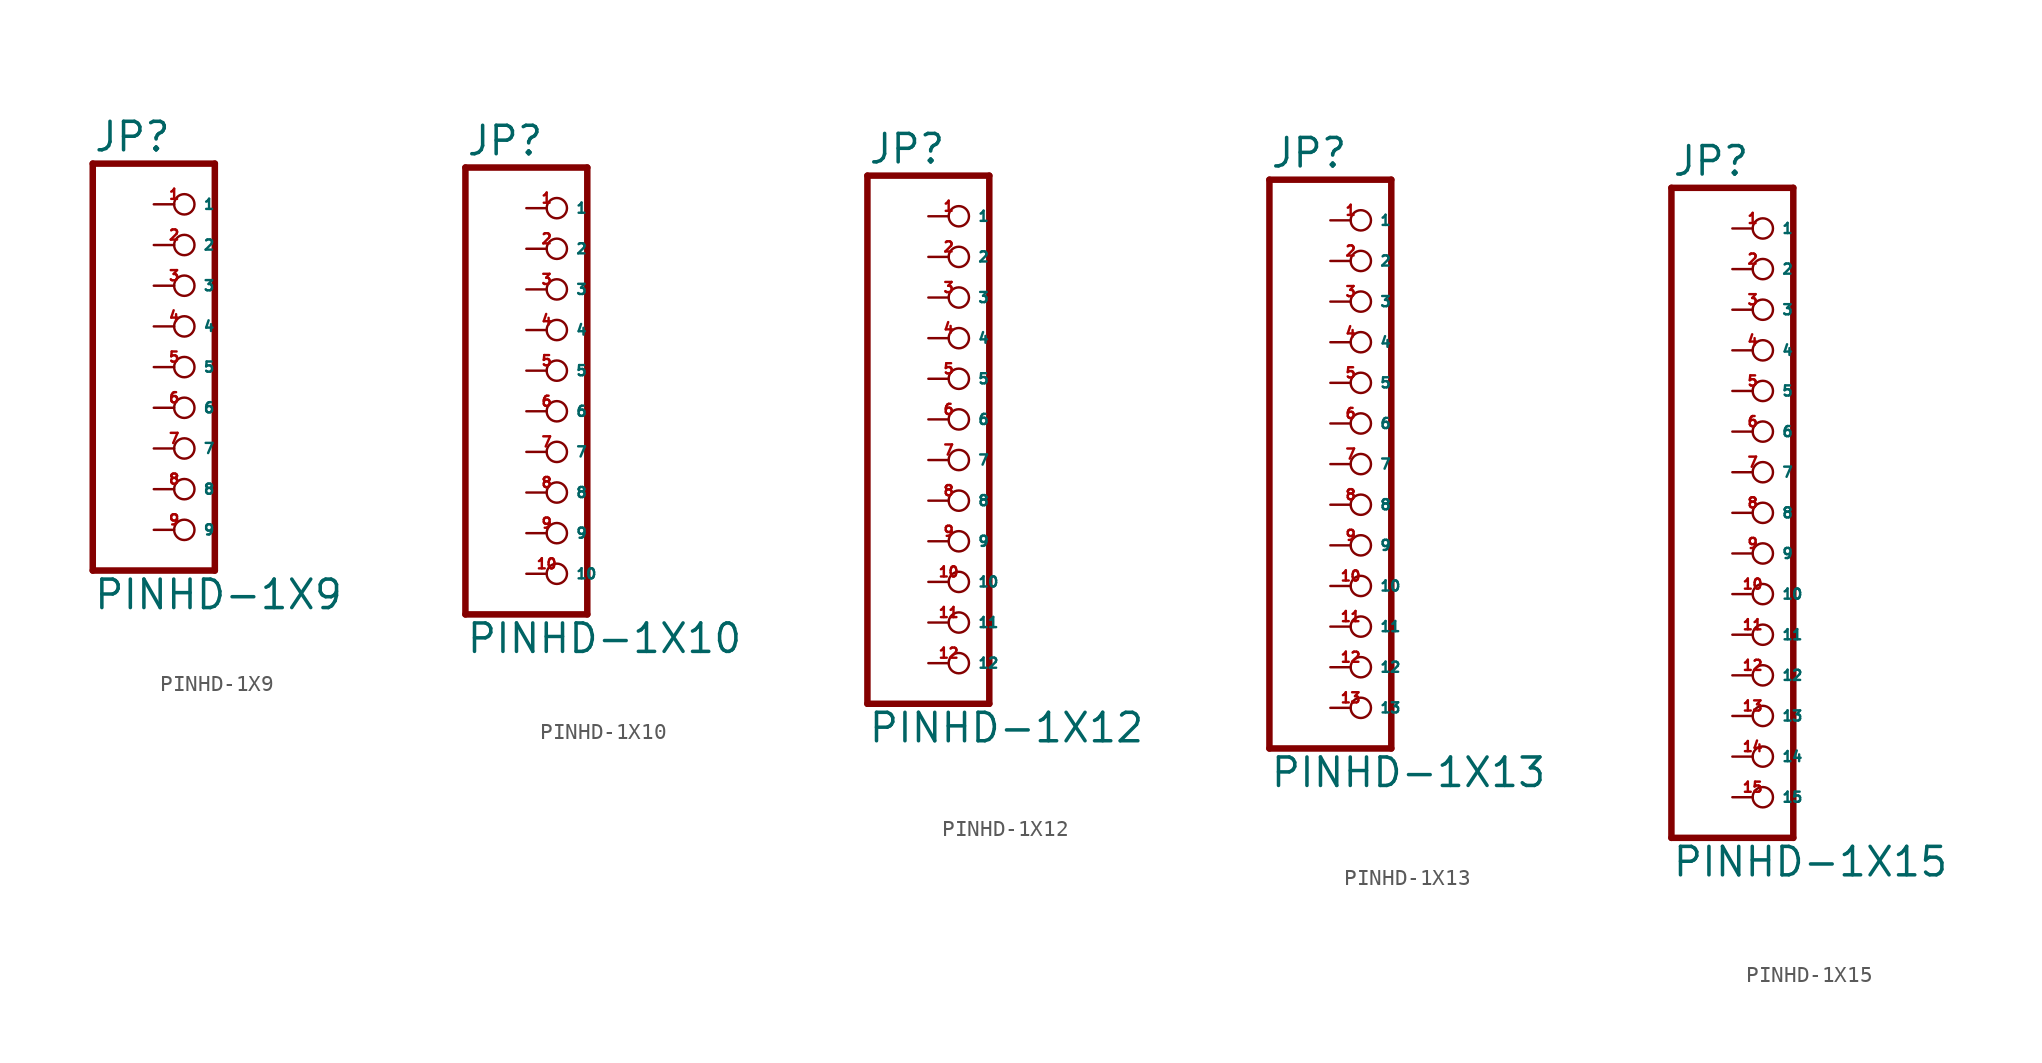
<source format=kicad_sym>
(kicad_symbol_lib
  (version 20220914)
  (generator Eagle2Kicad)
  (symbol "PINHD-1X9"
    (property "Reference" "JP"
      (at -6.35 13.335 0)
      (effects (font (size 1.778 1.778) (thickness 0.22)) (justify left bottom)))
    (property "Value" "PINHD-1X9"
      (at -6.35 -15.24 0)
      (effects (font (size 1.778 1.778) (thickness 0.22)) (justify left bottom)))
    (polyline
      (pts (xy -6.35 -12.7) (xy 1.27 -12.7))
      (stroke (width 0.406) (type default))
      (fill (type none)))
    (polyline
      (pts (xy 1.27 -12.7) (xy 1.27 12.7))
      (stroke (width 0.406) (type default))
      (fill (type none)))
    (polyline
      (pts (xy 1.27 12.7) (xy -6.35 12.7))
      (stroke (width 0.406) (type default))
      (fill (type none)))
    (polyline
      (pts (xy -6.35 12.7) (xy -6.35 -12.7))
      (stroke (width 0.406) (type default))
      (fill (type none)))
    (pin passive inverted
      (at -2.54 10.16 0)
      (length 2.54)
      (name "1" (effects (font (size 0.635 0.635) (thickness 0.08)) (justify left bottom)))
      (number "1" (effects (font (size 0.635 0.635) (thickness 0.08)) (justify left bottom))))
    (pin passive inverted
      (at -2.54 7.62 0)
      (length 2.54)
      (name "2" (effects (font (size 0.635 0.635) (thickness 0.08)) (justify left bottom)))
      (number "2" (effects (font (size 0.635 0.635) (thickness 0.08)) (justify left bottom))))
    (pin passive inverted
      (at -2.54 5.08 0)
      (length 2.54)
      (name "3" (effects (font (size 0.635 0.635) (thickness 0.08)) (justify left bottom)))
      (number "3" (effects (font (size 0.635 0.635) (thickness 0.08)) (justify left bottom))))
    (pin passive inverted
      (at -2.54 2.54 0)
      (length 2.54)
      (name "4" (effects (font (size 0.635 0.635) (thickness 0.08)) (justify left bottom)))
      (number "4" (effects (font (size 0.635 0.635) (thickness 0.08)) (justify left bottom))))
    (pin passive inverted
      (at -2.54 0 0)
      (length 2.54)
      (name "5" (effects (font (size 0.635 0.635) (thickness 0.08)) (justify left bottom)))
      (number "5" (effects (font (size 0.635 0.635) (thickness 0.08)) (justify left bottom))))
    (pin passive inverted
      (at -2.54 -2.54 0)
      (length 2.54)
      (name "6" (effects (font (size 0.635 0.635) (thickness 0.08)) (justify left bottom)))
      (number "6" (effects (font (size 0.635 0.635) (thickness 0.08)) (justify left bottom))))
    (pin passive inverted
      (at -2.54 -5.08 0)
      (length 2.54)
      (name "7" (effects (font (size 0.635 0.635) (thickness 0.08)) (justify left bottom)))
      (number "7" (effects (font (size 0.635 0.635) (thickness 0.08)) (justify left bottom))))
    (pin passive inverted
      (at -2.54 -7.62 0)
      (length 2.54)
      (name "8" (effects (font (size 0.635 0.635) (thickness 0.08)) (justify left bottom)))
      (number "8" (effects (font (size 0.635 0.635) (thickness 0.08)) (justify left bottom))))
    (pin passive inverted
      (at -2.54 -10.16 0)
      (length 2.54)
      (name "9" (effects (font (size 0.635 0.635) (thickness 0.08)) (justify left bottom)))
      (number "9" (effects (font (size 0.635 0.635) (thickness 0.08)) (justify left bottom)))))
  (symbol "PINHD-1X10"
    (property "Reference" "JP"
      (at -6.35 13.335 0)
      (effects (font (size 1.778 1.778) (thickness 0.22)) (justify left bottom)))
    (property "Value" "PINHD-1X10"
      (at -6.35 -17.78 0)
      (effects (font (size 1.778 1.778) (thickness 0.22)) (justify left bottom)))
    (polyline
      (pts (xy -6.35 -15.24) (xy 1.27 -15.24))
      (stroke (width 0.406) (type default))
      (fill (type none)))
    (polyline
      (pts (xy 1.27 -15.24) (xy 1.27 12.7))
      (stroke (width 0.406) (type default))
      (fill (type none)))
    (polyline
      (pts (xy 1.27 12.7) (xy -6.35 12.7))
      (stroke (width 0.406) (type default))
      (fill (type none)))
    (polyline
      (pts (xy -6.35 12.7) (xy -6.35 -15.24))
      (stroke (width 0.406) (type default))
      (fill (type none)))
    (pin passive inverted
      (at -2.54 10.16 0)
      (length 2.54)
      (name "1" (effects (font (size 0.635 0.635) (thickness 0.08)) (justify left bottom)))
      (number "1" (effects (font (size 0.635 0.635) (thickness 0.08)) (justify left bottom))))
    (pin passive inverted
      (at -2.54 7.62 0)
      (length 2.54)
      (name "2" (effects (font (size 0.635 0.635) (thickness 0.08)) (justify left bottom)))
      (number "2" (effects (font (size 0.635 0.635) (thickness 0.08)) (justify left bottom))))
    (pin passive inverted
      (at -2.54 5.08 0)
      (length 2.54)
      (name "3" (effects (font (size 0.635 0.635) (thickness 0.08)) (justify left bottom)))
      (number "3" (effects (font (size 0.635 0.635) (thickness 0.08)) (justify left bottom))))
    (pin passive inverted
      (at -2.54 2.54 0)
      (length 2.54)
      (name "4" (effects (font (size 0.635 0.635) (thickness 0.08)) (justify left bottom)))
      (number "4" (effects (font (size 0.635 0.635) (thickness 0.08)) (justify left bottom))))
    (pin passive inverted
      (at -2.54 0 0)
      (length 2.54)
      (name "5" (effects (font (size 0.635 0.635) (thickness 0.08)) (justify left bottom)))
      (number "5" (effects (font (size 0.635 0.635) (thickness 0.08)) (justify left bottom))))
    (pin passive inverted
      (at -2.54 -2.54 0)
      (length 2.54)
      (name "6" (effects (font (size 0.635 0.635) (thickness 0.08)) (justify left bottom)))
      (number "6" (effects (font (size 0.635 0.635) (thickness 0.08)) (justify left bottom))))
    (pin passive inverted
      (at -2.54 -5.08 0)
      (length 2.54)
      (name "7" (effects (font (size 0.635 0.635) (thickness 0.08)) (justify left bottom)))
      (number "7" (effects (font (size 0.635 0.635) (thickness 0.08)) (justify left bottom))))
    (pin passive inverted
      (at -2.54 -7.62 0)
      (length 2.54)
      (name "8" (effects (font (size 0.635 0.635) (thickness 0.08)) (justify left bottom)))
      (number "8" (effects (font (size 0.635 0.635) (thickness 0.08)) (justify left bottom))))
    (pin passive inverted
      (at -2.54 -10.16 0)
      (length 2.54)
      (name "9" (effects (font (size 0.635 0.635) (thickness 0.08)) (justify left bottom)))
      (number "9" (effects (font (size 0.635 0.635) (thickness 0.08)) (justify left bottom))))
    (pin passive inverted
      (at -2.54 -12.7 0)
      (length 2.54)
      (name "10" (effects (font (size 0.635 0.635) (thickness 0.08)) (justify left bottom)))
      (number "10" (effects (font (size 0.635 0.635) (thickness 0.08)) (justify left bottom)))))
  (symbol "PINHD-1X12"
    (property "Reference" "JP"
      (at -6.35 15.875 0)
      (effects (font (size 1.778 1.778) (thickness 0.22)) (justify left bottom)))
    (property "Value" "PINHD-1X12"
      (at -6.35 -20.32 0)
      (effects (font (size 1.778 1.778) (thickness 0.22)) (justify left bottom)))
    (polyline
      (pts (xy -6.35 -17.78) (xy 1.27 -17.78))
      (stroke (width 0.406) (type default))
      (fill (type none)))
    (polyline
      (pts (xy 1.27 -17.78) (xy 1.27 15.24))
      (stroke (width 0.406) (type default))
      (fill (type none)))
    (polyline
      (pts (xy 1.27 15.24) (xy -6.35 15.24))
      (stroke (width 0.406) (type default))
      (fill (type none)))
    (polyline
      (pts (xy -6.35 15.24) (xy -6.35 -17.78))
      (stroke (width 0.406) (type default))
      (fill (type none)))
    (pin passive inverted
      (at -2.54 12.7 0)
      (length 2.54)
      (name "1" (effects (font (size 0.635 0.635) (thickness 0.08)) (justify left bottom)))
      (number "1" (effects (font (size 0.635 0.635) (thickness 0.08)) (justify left bottom))))
    (pin passive inverted
      (at -2.54 10.16 0)
      (length 2.54)
      (name "2" (effects (font (size 0.635 0.635) (thickness 0.08)) (justify left bottom)))
      (number "2" (effects (font (size 0.635 0.635) (thickness 0.08)) (justify left bottom))))
    (pin passive inverted
      (at -2.54 7.62 0)
      (length 2.54)
      (name "3" (effects (font (size 0.635 0.635) (thickness 0.08)) (justify left bottom)))
      (number "3" (effects (font (size 0.635 0.635) (thickness 0.08)) (justify left bottom))))
    (pin passive inverted
      (at -2.54 5.08 0)
      (length 2.54)
      (name "4" (effects (font (size 0.635 0.635) (thickness 0.08)) (justify left bottom)))
      (number "4" (effects (font (size 0.635 0.635) (thickness 0.08)) (justify left bottom))))
    (pin passive inverted
      (at -2.54 2.54 0)
      (length 2.54)
      (name "5" (effects (font (size 0.635 0.635) (thickness 0.08)) (justify left bottom)))
      (number "5" (effects (font (size 0.635 0.635) (thickness 0.08)) (justify left bottom))))
    (pin passive inverted
      (at -2.54 0 0)
      (length 2.54)
      (name "6" (effects (font (size 0.635 0.635) (thickness 0.08)) (justify left bottom)))
      (number "6" (effects (font (size 0.635 0.635) (thickness 0.08)) (justify left bottom))))
    (pin passive inverted
      (at -2.54 -2.54 0)
      (length 2.54)
      (name "7" (effects (font (size 0.635 0.635) (thickness 0.08)) (justify left bottom)))
      (number "7" (effects (font (size 0.635 0.635) (thickness 0.08)) (justify left bottom))))
    (pin passive inverted
      (at -2.54 -5.08 0)
      (length 2.54)
      (name "8" (effects (font (size 0.635 0.635) (thickness 0.08)) (justify left bottom)))
      (number "8" (effects (font (size 0.635 0.635) (thickness 0.08)) (justify left bottom))))
    (pin passive inverted
      (at -2.54 -7.62 0)
      (length 2.54)
      (name "9" (effects (font (size 0.635 0.635) (thickness 0.08)) (justify left bottom)))
      (number "9" (effects (font (size 0.635 0.635) (thickness 0.08)) (justify left bottom))))
    (pin passive inverted
      (at -2.54 -10.16 0)
      (length 2.54)
      (name "10" (effects (font (size 0.635 0.635) (thickness 0.08)) (justify left bottom)))
      (number "10" (effects (font (size 0.635 0.635) (thickness 0.08)) (justify left bottom))))
    (pin passive inverted
      (at -2.54 -12.7 0)
      (length 2.54)
      (name "11" (effects (font (size 0.635 0.635) (thickness 0.08)) (justify left bottom)))
      (number "11" (effects (font (size 0.635 0.635) (thickness 0.08)) (justify left bottom))))
    (pin passive inverted
      (at -2.54 -15.24 0)
      (length 2.54)
      (name "12" (effects (font (size 0.635 0.635) (thickness 0.08)) (justify left bottom)))
      (number "12" (effects (font (size 0.635 0.635) (thickness 0.08)) (justify left bottom)))))
  (symbol "PINHD-1X13"
    (property "Reference" "JP"
      (at -6.35 18.415 0)
      (effects (font (size 1.778 1.778) (thickness 0.22)) (justify left bottom)))
    (property "Value" "PINHD-1X13"
      (at -6.35 -20.32 0)
      (effects (font (size 1.778 1.778) (thickness 0.22)) (justify left bottom)))
    (polyline
      (pts (xy -6.35 -17.78) (xy 1.27 -17.78))
      (stroke (width 0.406) (type default))
      (fill (type none)))
    (polyline
      (pts (xy 1.27 -17.78) (xy 1.27 17.78))
      (stroke (width 0.406) (type default))
      (fill (type none)))
    (polyline
      (pts (xy 1.27 17.78) (xy -6.35 17.78))
      (stroke (width 0.406) (type default))
      (fill (type none)))
    (polyline
      (pts (xy -6.35 17.78) (xy -6.35 -17.78))
      (stroke (width 0.406) (type default))
      (fill (type none)))
    (pin passive inverted
      (at -2.54 15.24 0)
      (length 2.54)
      (name "1" (effects (font (size 0.635 0.635) (thickness 0.08)) (justify left bottom)))
      (number "1" (effects (font (size 0.635 0.635) (thickness 0.08)) (justify left bottom))))
    (pin passive inverted
      (at -2.54 12.7 0)
      (length 2.54)
      (name "2" (effects (font (size 0.635 0.635) (thickness 0.08)) (justify left bottom)))
      (number "2" (effects (font (size 0.635 0.635) (thickness 0.08)) (justify left bottom))))
    (pin passive inverted
      (at -2.54 10.16 0)
      (length 2.54)
      (name "3" (effects (font (size 0.635 0.635) (thickness 0.08)) (justify left bottom)))
      (number "3" (effects (font (size 0.635 0.635) (thickness 0.08)) (justify left bottom))))
    (pin passive inverted
      (at -2.54 7.62 0)
      (length 2.54)
      (name "4" (effects (font (size 0.635 0.635) (thickness 0.08)) (justify left bottom)))
      (number "4" (effects (font (size 0.635 0.635) (thickness 0.08)) (justify left bottom))))
    (pin passive inverted
      (at -2.54 5.08 0)
      (length 2.54)
      (name "5" (effects (font (size 0.635 0.635) (thickness 0.08)) (justify left bottom)))
      (number "5" (effects (font (size 0.635 0.635) (thickness 0.08)) (justify left bottom))))
    (pin passive inverted
      (at -2.54 2.54 0)
      (length 2.54)
      (name "6" (effects (font (size 0.635 0.635) (thickness 0.08)) (justify left bottom)))
      (number "6" (effects (font (size 0.635 0.635) (thickness 0.08)) (justify left bottom))))
    (pin passive inverted
      (at -2.54 0 0)
      (length 2.54)
      (name "7" (effects (font (size 0.635 0.635) (thickness 0.08)) (justify left bottom)))
      (number "7" (effects (font (size 0.635 0.635) (thickness 0.08)) (justify left bottom))))
    (pin passive inverted
      (at -2.54 -2.54 0)
      (length 2.54)
      (name "8" (effects (font (size 0.635 0.635) (thickness 0.08)) (justify left bottom)))
      (number "8" (effects (font (size 0.635 0.635) (thickness 0.08)) (justify left bottom))))
    (pin passive inverted
      (at -2.54 -5.08 0)
      (length 2.54)
      (name "9" (effects (font (size 0.635 0.635) (thickness 0.08)) (justify left bottom)))
      (number "9" (effects (font (size 0.635 0.635) (thickness 0.08)) (justify left bottom))))
    (pin passive inverted
      (at -2.54 -7.62 0)
      (length 2.54)
      (name "10" (effects (font (size 0.635 0.635) (thickness 0.08)) (justify left bottom)))
      (number "10" (effects (font (size 0.635 0.635) (thickness 0.08)) (justify left bottom))))
    (pin passive inverted
      (at -2.54 -10.16 0)
      (length 2.54)
      (name "11" (effects (font (size 0.635 0.635) (thickness 0.08)) (justify left bottom)))
      (number "11" (effects (font (size 0.635 0.635) (thickness 0.08)) (justify left bottom))))
    (pin passive inverted
      (at -2.54 -12.7 0)
      (length 2.54)
      (name "12" (effects (font (size 0.635 0.635) (thickness 0.08)) (justify left bottom)))
      (number "12" (effects (font (size 0.635 0.635) (thickness 0.08)) (justify left bottom))))
    (pin passive inverted
      (at -2.54 -15.24 0)
      (length 2.54)
      (name "13" (effects (font (size 0.635 0.635) (thickness 0.08)) (justify left bottom)))
      (number "13" (effects (font (size 0.635 0.635) (thickness 0.08)) (justify left bottom)))))
  (symbol "PINHD-1X15"
    (property "Reference" "JP"
      (at -6.35 20.955 0)
      (effects (font (size 1.778 1.778) (thickness 0.22)) (justify left bottom)))
    (property "Value" "PINHD-1X15"
      (at -6.35 -22.86 0)
      (effects (font (size 1.778 1.778) (thickness 0.22)) (justify left bottom)))
    (polyline
      (pts (xy -6.35 -20.32) (xy 1.27 -20.32))
      (stroke (width 0.406) (type default))
      (fill (type none)))
    (polyline
      (pts (xy 1.27 -20.32) (xy 1.27 20.32))
      (stroke (width 0.406) (type default))
      (fill (type none)))
    (polyline
      (pts (xy 1.27 20.32) (xy -6.35 20.32))
      (stroke (width 0.406) (type default))
      (fill (type none)))
    (polyline
      (pts (xy -6.35 20.32) (xy -6.35 -20.32))
      (stroke (width 0.406) (type default))
      (fill (type none)))
    (pin passive inverted
      (at -2.54 17.78 0)
      (length 2.54)
      (name "1" (effects (font (size 0.635 0.635) (thickness 0.08)) (justify left bottom)))
      (number "1" (effects (font (size 0.635 0.635) (thickness 0.08)) (justify left bottom))))
    (pin passive inverted
      (at -2.54 15.24 0)
      (length 2.54)
      (name "2" (effects (font (size 0.635 0.635) (thickness 0.08)) (justify left bottom)))
      (number "2" (effects (font (size 0.635 0.635) (thickness 0.08)) (justify left bottom))))
    (pin passive inverted
      (at -2.54 12.7 0)
      (length 2.54)
      (name "3" (effects (font (size 0.635 0.635) (thickness 0.08)) (justify left bottom)))
      (number "3" (effects (font (size 0.635 0.635) (thickness 0.08)) (justify left bottom))))
    (pin passive inverted
      (at -2.54 10.16 0)
      (length 2.54)
      (name "4" (effects (font (size 0.635 0.635) (thickness 0.08)) (justify left bottom)))
      (number "4" (effects (font (size 0.635 0.635) (thickness 0.08)) (justify left bottom))))
    (pin passive inverted
      (at -2.54 7.62 0)
      (length 2.54)
      (name "5" (effects (font (size 0.635 0.635) (thickness 0.08)) (justify left bottom)))
      (number "5" (effects (font (size 0.635 0.635) (thickness 0.08)) (justify left bottom))))
    (pin passive inverted
      (at -2.54 5.08 0)
      (length 2.54)
      (name "6" (effects (font (size 0.635 0.635) (thickness 0.08)) (justify left bottom)))
      (number "6" (effects (font (size 0.635 0.635) (thickness 0.08)) (justify left bottom))))
    (pin passive inverted
      (at -2.54 2.54 0)
      (length 2.54)
      (name "7" (effects (font (size 0.635 0.635) (thickness 0.08)) (justify left bottom)))
      (number "7" (effects (font (size 0.635 0.635) (thickness 0.08)) (justify left bottom))))
    (pin passive inverted
      (at -2.54 0 0)
      (length 2.54)
      (name "8" (effects (font (size 0.635 0.635) (thickness 0.08)) (justify left bottom)))
      (number "8" (effects (font (size 0.635 0.635) (thickness 0.08)) (justify left bottom))))
    (pin passive inverted
      (at -2.54 -2.54 0)
      (length 2.54)
      (name "9" (effects (font (size 0.635 0.635) (thickness 0.08)) (justify left bottom)))
      (number "9" (effects (font (size 0.635 0.635) (thickness 0.08)) (justify left bottom))))
    (pin passive inverted
      (at -2.54 -5.08 0)
      (length 2.54)
      (name "10" (effects (font (size 0.635 0.635) (thickness 0.08)) (justify left bottom)))
      (number "10" (effects (font (size 0.635 0.635) (thickness 0.08)) (justify left bottom))))
    (pin passive inverted
      (at -2.54 -7.62 0)
      (length 2.54)
      (name "11" (effects (font (size 0.635 0.635) (thickness 0.08)) (justify left bottom)))
      (number "11" (effects (font (size 0.635 0.635) (thickness 0.08)) (justify left bottom))))
    (pin passive inverted
      (at -2.54 -10.16 0)
      (length 2.54)
      (name "12" (effects (font (size 0.635 0.635) (thickness 0.08)) (justify left bottom)))
      (number "12" (effects (font (size 0.635 0.635) (thickness 0.08)) (justify left bottom))))
    (pin passive inverted
      (at -2.54 -12.7 0)
      (length 2.54)
      (name "13" (effects (font (size 0.635 0.635) (thickness 0.08)) (justify left bottom)))
      (number "13" (effects (font (size 0.635 0.635) (thickness 0.08)) (justify left bottom))))
    (pin passive inverted
      (at -2.54 -15.24 0)
      (length 2.54)
      (name "14" (effects (font (size 0.635 0.635) (thickness 0.08)) (justify left bottom)))
      (number "14" (effects (font (size 0.635 0.635) (thickness 0.08)) (justify left bottom))))
    (pin passive inverted
      (at -2.54 -17.78 0)
      (length 2.54)
      (name "15" (effects (font (size 0.635 0.635) (thickness 0.08)) (justify left bottom)))
      (number "15" (effects (font (size 0.635 0.635) (thickness 0.08)) (justify left bottom))))))
</source>
